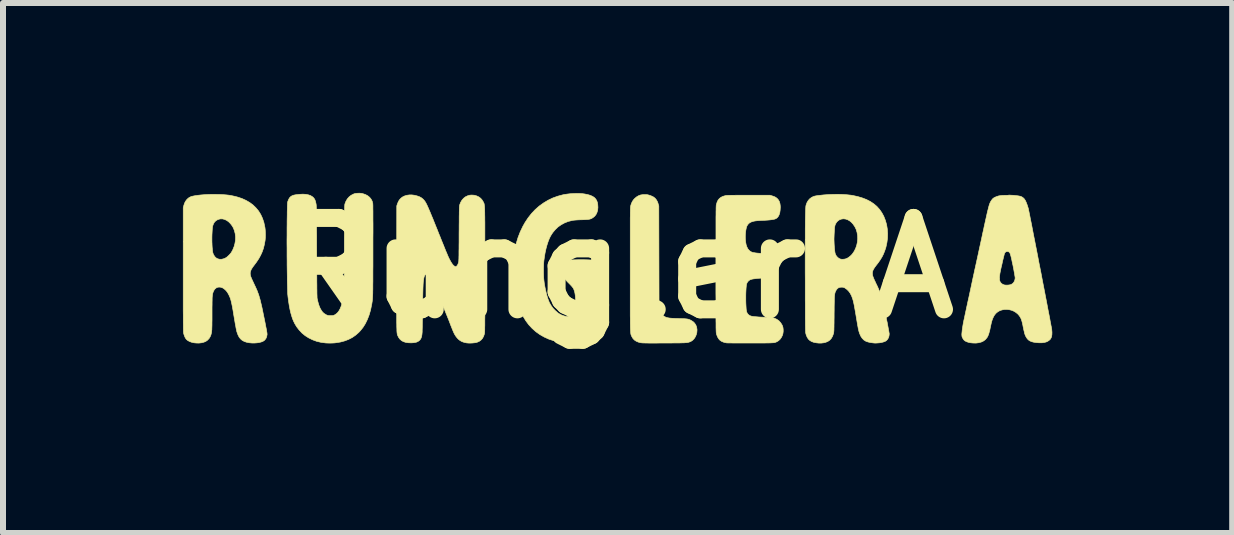
<source format=kicad_pcb>
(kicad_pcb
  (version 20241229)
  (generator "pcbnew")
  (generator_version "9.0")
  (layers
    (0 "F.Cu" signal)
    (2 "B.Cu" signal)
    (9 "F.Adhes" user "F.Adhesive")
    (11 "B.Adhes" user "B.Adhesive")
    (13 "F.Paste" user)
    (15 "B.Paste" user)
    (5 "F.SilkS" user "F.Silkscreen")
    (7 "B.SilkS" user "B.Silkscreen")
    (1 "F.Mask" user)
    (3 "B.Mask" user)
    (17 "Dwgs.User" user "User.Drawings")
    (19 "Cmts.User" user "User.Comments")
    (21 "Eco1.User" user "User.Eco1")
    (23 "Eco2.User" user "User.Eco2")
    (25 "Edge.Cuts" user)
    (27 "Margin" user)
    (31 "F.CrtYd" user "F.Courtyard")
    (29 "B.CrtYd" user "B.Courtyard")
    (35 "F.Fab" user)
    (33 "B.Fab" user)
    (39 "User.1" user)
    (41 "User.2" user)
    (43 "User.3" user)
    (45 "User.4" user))
  (footprint "Rungler A"
    (layer "F.Cu")
    (at 7.246 1.418)
    (property "Reference" "Rungler A" (at 0 0 0) (layer "F.SilkS") (effects (font (size 1.524 1.524) (thickness 0.3))))
    (attr through_hole)
    (fp_poly (pts (xy 0.478 -1.224) (xy 0.502 -1.221) (xy 0.525 -1.215) (xy 0.551 -1.206) (xy 0.564 -1.201) (xy 0.599 -1.184) (xy 0.627 -1.162) (xy 0.65 -1.133) (xy 0.668 -1.099) (xy 0.678 -1.068) (xy 0.688 -1.035) (xy 0.692 0.667) (xy 0.702 0.698) (xy 0.713 0.729) (xy 0.725 0.754) (xy 0.739 0.774) (xy 0.757 0.791) (xy 0.776 0.805) (xy 0.79 0.813) (xy 0.804 0.82) (xy 0.82 0.826) (xy 0.839 0.83) (xy 0.86 0.834) (xy 0.886 0.837) (xy 0.917 0.839) (xy 0.955 0.841) (xy 1 0.842) (xy 1.014 0.843) (xy 1.056 0.844) (xy 1.09 0.845) (xy 1.118 0.846) (xy 1.141 0.848) (xy 1.159 0.85) (xy 1.175 0.853) (xy 1.189 0.857) (xy 1.202 0.862) (xy 1.215 0.868) (xy 1.225 0.873) (xy 1.259 0.894) (xy 1.286 0.921) (xy 1.306 0.952) (xy 1.319 0.987) (xy 1.325 1.027) (xy 1.325 1.037) (xy 1.322 1.076) (xy 1.312 1.114) (xy 1.297 1.148) (xy 1.277 1.179) (xy 1.253 1.204) (xy 1.225 1.223) (xy 1.207 1.231) (xy 1.198 1.234) (xy 1.189 1.237) (xy 1.18 1.24) (xy 1.17 1.242) (xy 1.158 1.244) (xy 1.145 1.245) (xy 1.129 1.246) (xy 1.109 1.248) (xy 1.086 1.248) (xy 1.058 1.249) (xy 1.026 1.25) (xy 0.988 1.25) (xy 0.943 1.25) (xy 0.892 1.251) (xy 0.834 1.251) (xy 0.775 1.251) (xy 0.709 1.251) (xy 0.652 1.252) (xy 0.602 1.252) (xy 0.559 1.252) (xy 0.522 1.252) (xy 0.491 1.251) (xy 0.465 1.251) (xy 0.443 1.25) (xy 0.426 1.25) (xy 0.412 1.249) (xy 0.401 1.248) (xy 0.393 1.247) (xy 0.389 1.247) (xy 0.346 1.236) (xy 0.31 1.22) (xy 0.28 1.2) (xy 0.256 1.174) (xy 0.237 1.142) (xy 0.235 1.137) (xy 0.233 1.132) (xy 0.23 1.127) (xy 0.228 1.122) (xy 0.226 1.117) (xy 0.224 1.111) (xy 0.223 1.105) (xy 0.221 1.097) (xy 0.22 1.088) (xy 0.219 1.077) (xy 0.218 1.064) (xy 0.217 1.049) (xy 0.216 1.03) (xy 0.215 1.009) (xy 0.214 0.984) (xy 0.214 0.956) (xy 0.213 0.923) (xy 0.213 0.886) (xy 0.213 0.844) (xy 0.212 0.798) (xy 0.212 0.746) (xy 0.212 0.688) (xy 0.212 0.624) (xy 0.212 0.554) (xy 0.212 0.478) (xy 0.212 0.394) (xy 0.212 0.303) (xy 0.212 0.205) (xy 0.212 0.098) (xy 0.212 0.017) (xy 0.212 -0.093) (xy 0.212 -0.195) (xy 0.212 -0.288) (xy 0.212 -0.375) (xy 0.212 -0.454) (xy 0.212 -0.526) (xy 0.212 -0.592) (xy 0.212 -0.652) (xy 0.212 -0.706) (xy 0.212 -0.754) (xy 0.212 -0.797) (xy 0.212 -0.835) (xy 0.213 -0.869) (xy 0.213 -0.898) (xy 0.213 -0.924) (xy 0.214 -0.945) (xy 0.214 -0.964) (xy 0.214 -0.98) (xy 0.215 -0.993) (xy 0.215 -1.003) (xy 0.216 -1.012) (xy 0.217 -1.019) (xy 0.217 -1.025) (xy 0.218 -1.03) (xy 0.219 -1.034) (xy 0.22 -1.038) (xy 0.22 -1.04) (xy 0.232 -1.077) (xy 0.247 -1.109) (xy 0.266 -1.137) (xy 0.285 -1.158) (xy 0.317 -1.185) (xy 0.349 -1.204) (xy 0.383 -1.217) (xy 0.421 -1.223) (xy 0.451 -1.224) (xy 0.478 -1.224)) (stroke (width 0.01) (type solid)) (fill yes) (layer "F.SilkS"))
    (fp_poly (pts (xy -0.631 -1.242) (xy -0.585 -1.239) (xy -0.548 -1.234) (xy -0.497 -1.224) (xy -0.454 -1.211) (xy -0.418 -1.195) (xy -0.388 -1.176) (xy -0.365 -1.152) (xy -0.348 -1.125) (xy -0.336 -1.093) (xy -0.33 -1.058) (xy -0.327 -1.01) (xy -0.331 -0.966) (xy -0.342 -0.927) (xy -0.358 -0.893) (xy -0.38 -0.864) (xy -0.408 -0.841) (xy -0.422 -0.832) (xy -0.435 -0.824) (xy -0.449 -0.819) (xy -0.465 -0.814) (xy -0.483 -0.811) (xy -0.506 -0.808) (xy -0.533 -0.807) (xy -0.567 -0.805) (xy -0.601 -0.804) (xy -0.642 -0.803) (xy -0.675 -0.801) (xy -0.702 -0.799) (xy -0.724 -0.797) (xy -0.742 -0.795) (xy -0.758 -0.792) (xy -0.825 -0.775) (xy -0.887 -0.75) (xy -0.943 -0.719) (xy -0.995 -0.682) (xy -1.041 -0.637) (xy -1.083 -0.586) (xy -1.115 -0.536) (xy -1.137 -0.492) (xy -1.157 -0.441) (xy -1.176 -0.383) (xy -1.193 -0.32) (xy -1.208 -0.252) (xy -1.22 -0.179) (xy -1.228 -0.121) (xy -1.23 -0.098) (xy -1.232 -0.069) (xy -1.233 -0.035) (xy -1.234 0.003) (xy -1.234 0.042) (xy -1.234 0.081) (xy -1.233 0.119) (xy -1.232 0.153) (xy -1.23 0.181) (xy -1.228 0.201) (xy -1.221 0.257) (xy -1.211 0.314) (xy -1.2 0.369) (xy -1.187 0.423) (xy -1.174 0.472) (xy -1.16 0.517) (xy -1.145 0.556) (xy -1.134 0.582) (xy -1.107 0.628) (xy -1.075 0.672) (xy -1.038 0.711) (xy -0.999 0.745) (xy -0.98 0.759) (xy -0.945 0.779) (xy -0.909 0.794) (xy -0.874 0.804) (xy -0.84 0.809) (xy -0.811 0.807) (xy -0.802 0.805) (xy -0.777 0.794) (xy -0.755 0.776) (xy -0.737 0.752) (xy -0.733 0.744) (xy -0.721 0.714) (xy -0.712 0.677) (xy -0.705 0.636) (xy -0.701 0.591) (xy -0.699 0.545) (xy -0.701 0.499) (xy -0.705 0.454) (xy -0.711 0.417) (xy -0.717 0.391) (xy -0.724 0.37) (xy -0.731 0.351) (xy -0.741 0.333) (xy -0.754 0.316) (xy -0.771 0.296) (xy -0.793 0.273) (xy -0.808 0.258) (xy -0.836 0.23) (xy -0.857 0.206) (xy -0.874 0.185) (xy -0.887 0.165) (xy -0.897 0.146) (xy -0.904 0.125) (xy -0.908 0.11) (xy -0.912 0.081) (xy -0.914 0.049) (xy -0.913 0.017) (xy -0.91 -0.004) (xy -0.9 -0.039) (xy -0.884 -0.07) (xy -0.862 -0.096) (xy -0.837 -0.116) (xy -0.828 -0.121) (xy -0.819 -0.125) (xy -0.812 -0.127) (xy -0.802 -0.13) (xy -0.79 -0.131) (xy -0.775 -0.133) (xy -0.754 -0.134) (xy -0.726 -0.136) (xy -0.715 -0.136) (xy -0.683 -0.137) (xy -0.648 -0.138) (xy -0.61 -0.138) (xy -0.57 -0.138) (xy -0.531 -0.137) (xy -0.493 -0.136) (xy -0.457 -0.134) (xy -0.424 -0.132) (xy -0.396 -0.13) (xy -0.374 -0.128) (xy -0.359 -0.125) (xy -0.356 -0.125) (xy -0.328 -0.112) (xy -0.305 -0.093) (xy -0.286 -0.066) (xy -0.271 -0.033) (xy -0.266 -0.013) (xy -0.263 -0.002) (xy -0.261 0.01) (xy -0.26 0.025) (xy -0.258 0.043) (xy -0.257 0.066) (xy -0.256 0.095) (xy -0.255 0.131) (xy -0.254 0.155) (xy -0.253 0.195) (xy -0.252 0.242) (xy -0.252 0.294) (xy -0.251 0.35) (xy -0.251 0.41) (xy -0.251 0.472) (xy -0.25 0.534) (xy -0.251 0.596) (xy -0.251 0.657) (xy -0.251 0.716) (xy -0.251 0.771) (xy -0.252 0.821) (xy -0.253 0.865) (xy -0.254 0.902) (xy -0.254 0.912) (xy -0.255 0.953) (xy -0.257 0.987) (xy -0.259 1.015) (xy -0.262 1.038) (xy -0.266 1.057) (xy -0.271 1.074) (xy -0.277 1.09) (xy -0.284 1.106) (xy -0.284 1.106) (xy -0.301 1.131) (xy -0.323 1.154) (xy -0.35 1.175) (xy -0.374 1.189) (xy -0.402 1.201) (xy -0.437 1.212) (xy -0.478 1.222) (xy -0.524 1.23) (xy -0.573 1.238) (xy -0.625 1.244) (xy -0.677 1.249) (xy -0.729 1.251) (xy -0.779 1.252) (xy -0.826 1.251) (xy -0.838 1.25) (xy -0.923 1.242) (xy -1.005 1.227) (xy -1.082 1.207) (xy -1.146 1.186) (xy -1.223 1.151) (xy -1.295 1.11) (xy -1.362 1.062) (xy -1.423 1.008) (xy -1.479 0.948) (xy -1.529 0.881) (xy -1.573 0.809) (xy -1.607 0.74) (xy -1.632 0.679) (xy -1.656 0.61) (xy -1.677 0.536) (xy -1.696 0.458) (xy -1.713 0.377) (xy -1.726 0.295) (xy -1.737 0.214) (xy -1.738 0.199) (xy -1.741 0.162) (xy -1.743 0.119) (xy -1.743 0.072) (xy -1.744 0.022) (xy -1.743 -0.027) (xy -1.741 -0.076) (xy -1.739 -0.121) (xy -1.736 -0.162) (xy -1.732 -0.195) (xy -1.714 -0.305) (xy -1.689 -0.409) (xy -1.659 -0.508) (xy -1.622 -0.603) (xy -1.579 -0.693) (xy -1.542 -0.759) (xy -1.491 -0.836) (xy -1.435 -0.907) (xy -1.373 -0.973) (xy -1.306 -1.032) (xy -1.234 -1.084) (xy -1.159 -1.129) (xy -1.08 -1.167) (xy -0.997 -1.197) (xy -0.911 -1.22) (xy -0.887 -1.225) (xy -0.84 -1.232) (xy -0.789 -1.238) (xy -0.736 -1.241) (xy -0.683 -1.243) (xy -0.631 -1.242)) (stroke (width 0.01) (type solid)) (fill yes) (layer "F.SilkS"))
    (fp_poly (pts (xy -4.269 -1.244) (xy -4.246 -1.239) (xy -4.202 -1.224) (xy -4.165 -1.204) (xy -4.133 -1.178) (xy -4.109 -1.148) (xy -4.091 -1.114) (xy -4.081 -1.076) (xy -4.08 -1.069) (xy -4.08 -1.057) (xy -4.079 -1.039) (xy -4.079 -1.016) (xy -4.079 -0.986) (xy -4.078 -0.95) (xy -4.078 -0.907) (xy -4.078 -0.858) (xy -4.078 -0.802) (xy -4.077 -0.738) (xy -4.077 -0.668) (xy -4.077 -0.589) (xy -4.078 -0.503) (xy -4.078 -0.409) (xy -4.078 -0.306) (xy -4.078 -0.286) (xy -4.078 -0.19) (xy -4.078 -0.103) (xy -4.078 -0.024) (xy -4.079 0.049) (xy -4.079 0.114) (xy -4.079 0.173) (xy -4.079 0.226) (xy -4.08 0.274) (xy -4.08 0.316) (xy -4.08 0.354) (xy -4.081 0.387) (xy -4.081 0.416) (xy -4.082 0.442) (xy -4.083 0.464) (xy -4.084 0.484) (xy -4.085 0.501) (xy -4.086 0.517) (xy -4.087 0.531) (xy -4.089 0.544) (xy -4.09 0.556) (xy -4.092 0.568) (xy -4.094 0.58) (xy -4.096 0.593) (xy -4.098 0.606) (xy -4.1 0.614) (xy -4.118 0.702) (xy -4.142 0.784) (xy -4.171 0.859) (xy -4.205 0.929) (xy -4.244 0.991) (xy -4.289 1.047) (xy -4.315 1.075) (xy -4.367 1.12) (xy -4.423 1.159) (xy -4.485 1.191) (xy -4.551 1.216) (xy -4.622 1.235) (xy -4.699 1.247) (xy -4.714 1.249) (xy -4.745 1.251) (xy -4.779 1.252) (xy -4.814 1.252) (xy -4.847 1.251) (xy -4.866 1.25) (xy -4.942 1.24) (xy -5.015 1.223) (xy -5.083 1.198) (xy -5.147 1.167) (xy -5.206 1.13) (xy -5.26 1.086) (xy -5.308 1.035) (xy -5.351 0.979) (xy -5.382 0.927) (xy -5.401 0.888) (xy -5.419 0.845) (xy -5.434 0.798) (xy -5.449 0.746) (xy -5.462 0.689) (xy -5.474 0.625) (xy -5.485 0.554) (xy -5.495 0.475) (xy -5.497 0.453) (xy -5.499 0.437) (xy -5.5 0.414) (xy -5.501 0.383) (xy -5.502 0.346) (xy -5.503 0.302) (xy -5.505 0.253) (xy -5.506 0.199) (xy -5.506 0.141) (xy -5.507 0.079) (xy -5.508 0.014) (xy -5.509 -0.053) (xy -5.509 -0.122) (xy -5.51 -0.193) (xy -5.51 -0.264) (xy -5.51 -0.335) (xy -5.511 -0.406) (xy -5.511 -0.475) (xy -5.51 -0.543) (xy -5.51 -0.609) (xy -5.51 -0.671) (xy -5.509 -0.73) (xy -5.509 -0.777) (xy -5.508 -0.836) (xy -5.507 -0.887) (xy -5.507 -0.931) (xy -5.506 -0.969) (xy -5.505 -1) (xy -5.505 -1.026) (xy -5.504 -1.047) (xy -5.503 -1.064) (xy -5.503 -1.078) (xy -5.502 -1.088) (xy -5.501 -1.096) (xy -5.499 -1.103) (xy -5.498 -1.108) (xy -5.496 -1.113) (xy -5.496 -1.114) (xy -5.482 -1.147) (xy -5.467 -1.172) (xy -5.448 -1.191) (xy -5.425 -1.205) (xy -5.397 -1.215) (xy -5.365 -1.221) (xy -5.303 -1.228) (xy -5.247 -1.231) (xy -5.199 -1.228) (xy -5.156 -1.22) (xy -5.12 -1.208) (xy -5.09 -1.19) (xy -5.076 -1.179) (xy -5.059 -1.16) (xy -5.045 -1.136) (xy -5.035 -1.107) (xy -5.027 -1.071) (xy -5.026 -1.066) (xy -5.025 -1.059) (xy -5.024 -1.052) (xy -5.023 -1.043) (xy -5.023 -1.032) (xy -5.022 -1.018) (xy -5.022 -1.002) (xy -5.021 -0.983) (xy -5.021 -0.96) (xy -5.02 -0.934) (xy -5.02 -0.903) (xy -5.019 -0.867) (xy -5.019 -0.827) (xy -5.019 -0.781) (xy -5.018 -0.729) (xy -5.018 -0.671) (xy -5.018 -0.607) (xy -5.017 -0.536) (xy -5.017 -0.457) (xy -5.017 -0.371) (xy -5.016 -0.277) (xy -5.016 -0.173) (xy -5.015 -0.076) (xy -5.015 0.012) (xy -5.015 0.092) (xy -5.014 0.165) (xy -5.014 0.23) (xy -5.013 0.288) (xy -5.013 0.338) (xy -5.012 0.382) (xy -5.012 0.418) (xy -5.011 0.448) (xy -5.01 0.472) (xy -5.01 0.489) (xy -5.009 0.5) (xy -5.009 0.504) (xy -4.995 0.566) (xy -4.979 0.621) (xy -4.96 0.668) (xy -4.938 0.707) (xy -4.917 0.736) (xy -4.893 0.758) (xy -4.866 0.775) (xy -4.856 0.781) (xy -4.842 0.787) (xy -4.831 0.79) (xy -4.82 0.793) (xy -4.805 0.794) (xy -4.784 0.794) (xy -4.784 0.794) (xy -4.763 0.794) (xy -4.748 0.793) (xy -4.737 0.791) (xy -4.727 0.787) (xy -4.716 0.782) (xy -4.69 0.765) (xy -4.666 0.743) (xy -4.645 0.715) (xy -4.626 0.681) (xy -4.609 0.64) (xy -4.594 0.592) (xy -4.58 0.536) (xy -4.574 0.511) (xy -4.572 0.501) (xy -4.57 0.491) (xy -4.569 0.481) (xy -4.567 0.471) (xy -4.566 0.459) (xy -4.565 0.446) (xy -4.564 0.431) (xy -4.563 0.415) (xy -4.562 0.395) (xy -4.561 0.373) (xy -4.56 0.347) (xy -4.559 0.317) (xy -4.559 0.283) (xy -4.558 0.245) (xy -4.558 0.201) (xy -4.558 0.152) (xy -4.557 0.097) (xy -4.557 0.036) (xy -4.556 -0.032) (xy -4.556 -0.107) (xy -4.556 -0.189) (xy -4.555 -0.279) (xy -4.555 -0.322) (xy -4.555 -0.414) (xy -4.555 -0.498) (xy -4.554 -0.574) (xy -4.554 -0.643) (xy -4.554 -0.705) (xy -4.553 -0.76) (xy -4.553 -0.81) (xy -4.553 -0.853) (xy -4.552 -0.891) (xy -4.552 -0.924) (xy -4.552 -0.953) (xy -4.551 -0.977) (xy -4.551 -0.998) (xy -4.55 -1.015) (xy -4.55 -1.029) (xy -4.549 -1.04) (xy -4.548 -1.049) (xy -4.548 -1.056) (xy -4.547 -1.061) (xy -4.546 -1.065) (xy -4.545 -1.069) (xy -4.528 -1.113) (xy -4.505 -1.152) (xy -4.476 -1.185) (xy -4.442 -1.212) (xy -4.403 -1.232) (xy -4.391 -1.237) (xy -4.365 -1.243) (xy -4.334 -1.246) (xy -4.301 -1.247) (xy -4.269 -1.244)) (stroke (width 0.01) (type solid)) (fill yes) (layer "F.SilkS"))
    (fp_poly (pts (xy 2.575 -1.203) (xy 2.603 -1.194) (xy 2.626 -1.184) (xy 2.644 -1.173) (xy 2.662 -1.158) (xy 2.663 -1.158) (xy 2.683 -1.134) (xy 2.698 -1.107) (xy 2.708 -1.074) (xy 2.713 -1.037) (xy 2.714 -1.009) (xy 2.711 -0.963) (xy 2.705 -0.922) (xy 2.694 -0.887) (xy 2.679 -0.858) (xy 2.66 -0.836) (xy 2.642 -0.824) (xy 2.629 -0.818) (xy 2.613 -0.813) (xy 2.592 -0.809) (xy 2.567 -0.805) (xy 2.536 -0.801) (xy 2.499 -0.798) (xy 2.455 -0.795) (xy 2.404 -0.793) (xy 2.383 -0.792) (xy 2.334 -0.789) (xy 2.292 -0.784) (xy 2.258 -0.777) (xy 2.229 -0.767) (xy 2.205 -0.755) (xy 2.185 -0.739) (xy 2.17 -0.721) (xy 2.158 -0.701) (xy 2.15 -0.681) (xy 2.144 -0.655) (xy 2.138 -0.623) (xy 2.134 -0.589) (xy 2.131 -0.553) (xy 2.13 -0.517) (xy 2.131 -0.484) (xy 2.136 -0.432) (xy 2.144 -0.388) (xy 2.157 -0.35) (xy 2.173 -0.319) (xy 2.194 -0.294) (xy 2.211 -0.28) (xy 2.222 -0.273) (xy 2.233 -0.267) (xy 2.246 -0.262) (xy 2.261 -0.258) (xy 2.279 -0.255) (xy 2.302 -0.251) (xy 2.33 -0.248) (xy 2.364 -0.245) (xy 2.405 -0.242) (xy 2.424 -0.241) (xy 2.474 -0.237) (xy 2.517 -0.231) (xy 2.553 -0.223) (xy 2.583 -0.214) (xy 2.608 -0.202) (xy 2.628 -0.189) (xy 2.639 -0.178) (xy 2.659 -0.152) (xy 2.673 -0.124) (xy 2.681 -0.092) (xy 2.684 -0.055) (xy 2.684 -0.048) (xy 2.681 -0.006) (xy 2.671 0.034) (xy 2.656 0.069) (xy 2.636 0.1) (xy 2.611 0.125) (xy 2.582 0.144) (xy 2.578 0.146) (xy 2.57 0.149) (xy 2.563 0.152) (xy 2.554 0.154) (xy 2.544 0.156) (xy 2.53 0.158) (xy 2.512 0.16) (xy 2.49 0.162) (xy 2.461 0.164) (xy 2.425 0.167) (xy 2.414 0.168) (xy 2.369 0.171) (xy 2.33 0.174) (xy 2.299 0.178) (xy 2.273 0.181) (xy 2.253 0.184) (xy 2.236 0.188) (xy 2.222 0.192) (xy 2.211 0.196) (xy 2.206 0.199) (xy 2.185 0.214) (xy 2.167 0.234) (xy 2.155 0.258) (xy 2.153 0.263) (xy 2.149 0.281) (xy 2.146 0.306) (xy 2.143 0.338) (xy 2.141 0.373) (xy 2.139 0.413) (xy 2.138 0.455) (xy 2.138 0.498) (xy 2.138 0.541) (xy 2.139 0.583) (xy 2.141 0.622) (xy 2.143 0.658) (xy 2.145 0.689) (xy 2.149 0.713) (xy 2.152 0.73) (xy 2.163 0.755) (xy 2.18 0.776) (xy 2.2 0.791) (xy 2.202 0.792) (xy 2.21 0.796) (xy 2.219 0.799) (xy 2.229 0.803) (xy 2.241 0.805) (xy 2.256 0.808) (xy 2.273 0.81) (xy 2.295 0.812) (xy 2.322 0.814) (xy 2.353 0.817) (xy 2.391 0.819) (xy 2.435 0.821) (xy 2.487 0.824) (xy 2.517 0.825) (xy 2.547 0.827) (xy 2.571 0.829) (xy 2.59 0.831) (xy 2.604 0.834) (xy 2.616 0.837) (xy 2.618 0.838) (xy 2.656 0.856) (xy 2.691 0.881) (xy 2.719 0.912) (xy 2.742 0.948) (xy 2.753 0.972) (xy 2.759 0.998) (xy 2.762 1.028) (xy 2.762 1.06) (xy 2.758 1.09) (xy 2.752 1.116) (xy 2.751 1.118) (xy 2.733 1.156) (xy 2.711 1.187) (xy 2.685 1.212) (xy 2.659 1.228) (xy 2.651 1.232) (xy 2.644 1.235) (xy 2.637 1.238) (xy 2.63 1.24) (xy 2.622 1.243) (xy 2.612 1.245) (xy 2.601 1.246) (xy 2.586 1.247) (xy 2.568 1.248) (xy 2.547 1.249) (xy 2.521 1.25) (xy 2.49 1.25) (xy 2.453 1.251) (xy 2.411 1.251) (xy 2.362 1.251) (xy 2.306 1.251) (xy 2.242 1.251) (xy 2.22 1.251) (xy 2.164 1.251) (xy 2.11 1.251) (xy 2.058 1.251) (xy 2.009 1.251) (xy 1.965 1.251) (xy 1.925 1.251) (xy 1.89 1.25) (xy 1.862 1.25) (xy 1.84 1.25) (xy 1.825 1.249) (xy 1.818 1.249) (xy 1.776 1.24) (xy 1.74 1.226) (xy 1.71 1.207) (xy 1.686 1.181) (xy 1.667 1.149) (xy 1.652 1.11) (xy 1.648 1.094) (xy 1.647 1.09) (xy 1.647 1.086) (xy 1.646 1.081) (xy 1.645 1.075) (xy 1.645 1.068) (xy 1.644 1.059) (xy 1.644 1.047) (xy 1.643 1.034) (xy 1.643 1.018) (xy 1.642 0.999) (xy 1.642 0.976) (xy 1.642 0.95) (xy 1.642 0.92) (xy 1.641 0.886) (xy 1.641 0.847) (xy 1.641 0.803) (xy 1.641 0.754) (xy 1.641 0.7) (xy 1.641 0.639) (xy 1.641 0.573) (xy 1.641 0.5) (xy 1.64 0.42) (xy 1.64 0.332) (xy 1.64 0.238) (xy 1.64 0.135) (xy 1.64 0.025) (xy 1.64 0.017) (xy 1.64 -0.094) (xy 1.64 -0.198) (xy 1.64 -0.293) (xy 1.64 -0.381) (xy 1.641 -0.462) (xy 1.641 -0.536) (xy 1.641 -0.603) (xy 1.641 -0.664) (xy 1.641 -0.719) (xy 1.641 -0.769) (xy 1.641 -0.813) (xy 1.641 -0.852) (xy 1.642 -0.887) (xy 1.642 -0.917) (xy 1.642 -0.944) (xy 1.643 -0.966) (xy 1.643 -0.986) (xy 1.643 -1.002) (xy 1.644 -1.015) (xy 1.644 -1.026) (xy 1.645 -1.036) (xy 1.645 -1.043) (xy 1.646 -1.049) (xy 1.647 -1.053) (xy 1.648 -1.057) (xy 1.648 -1.058) (xy 1.66 -1.098) (xy 1.676 -1.131) (xy 1.697 -1.157) (xy 1.724 -1.178) (xy 1.756 -1.194) (xy 1.793 -1.205) (xy 1.799 -1.206) (xy 1.806 -1.208) (xy 1.814 -1.209) (xy 1.823 -1.21) (xy 1.835 -1.21) (xy 1.849 -1.211) (xy 1.867 -1.211) (xy 1.889 -1.212) (xy 1.915 -1.212) (xy 1.946 -1.212) (xy 1.983 -1.213) (xy 2.026 -1.213) (xy 2.076 -1.213) (xy 2.133 -1.213) (xy 2.184 -1.213) (xy 2.542 -1.213) (xy 2.575 -1.203)) (stroke (width 0.01) (type solid)) (fill yes) (layer "F.SilkS"))
    (fp_poly (pts (xy 6.551 -1.214) (xy 6.571 -1.213) (xy 6.594 -1.212) (xy 6.618 -1.21) (xy 6.642 -1.207) (xy 6.663 -1.205) (xy 6.682 -1.202) (xy 6.684 -1.202) (xy 6.714 -1.196) (xy 6.74 -1.186) (xy 6.761 -1.172) (xy 6.78 -1.154) (xy 6.797 -1.129) (xy 6.812 -1.098) (xy 6.827 -1.059) (xy 6.828 -1.057) (xy 6.835 -1.035) (xy 6.843 -1.011) (xy 6.849 -0.989) (xy 6.85 -0.986) (xy 6.852 -0.977) (xy 6.855 -0.96) (xy 6.86 -0.937) (xy 6.866 -0.906) (xy 6.874 -0.868) (xy 6.882 -0.825) (xy 6.892 -0.776) (xy 6.903 -0.722) (xy 6.914 -0.664) (xy 6.926 -0.601) (xy 6.939 -0.534) (xy 6.953 -0.465) (xy 6.967 -0.392) (xy 6.982 -0.317) (xy 6.997 -0.24) (xy 7.012 -0.162) (xy 7.027 -0.082) (xy 7.043 -0.002) (xy 7.059 0.078) (xy 7.074 0.158) (xy 7.089 0.237) (xy 7.104 0.314) (xy 7.119 0.39) (xy 7.133 0.464) (xy 7.147 0.536) (xy 7.16 0.604) (xy 7.172 0.669) (xy 7.184 0.73) (xy 7.195 0.786) (xy 7.205 0.838) (xy 7.213 0.884) (xy 7.221 0.924) (xy 7.227 0.959) (xy 7.233 0.986) (xy 7.236 1.007) (xy 7.239 1.02) (xy 7.239 1.024) (xy 7.243 1.071) (xy 7.242 1.11) (xy 7.237 1.142) (xy 7.229 1.165) (xy 7.212 1.192) (xy 7.187 1.213) (xy 7.157 1.23) (xy 7.12 1.241) (xy 7.077 1.247) (xy 7.029 1.247) (xy 7.025 1.247) (xy 6.977 1.243) (xy 6.937 1.237) (xy 6.903 1.228) (xy 6.875 1.216) (xy 6.851 1.2) (xy 6.831 1.179) (xy 6.814 1.154) (xy 6.805 1.137) (xy 6.8 1.126) (xy 6.796 1.117) (xy 6.792 1.106) (xy 6.788 1.094) (xy 6.784 1.078) (xy 6.78 1.059) (xy 6.774 1.036) (xy 6.768 1.006) (xy 6.76 0.969) (xy 6.759 0.961) (xy 6.752 0.928) (xy 6.746 0.903) (xy 6.74 0.882) (xy 6.735 0.866) (xy 6.73 0.851) (xy 6.723 0.837) (xy 6.722 0.834) (xy 6.7 0.798) (xy 6.673 0.767) (xy 6.641 0.741) (xy 6.606 0.72) (xy 6.569 0.705) (xy 6.529 0.695) (xy 6.489 0.691) (xy 6.449 0.692) (xy 6.411 0.699) (xy 6.374 0.711) (xy 6.34 0.73) (xy 6.31 0.755) (xy 6.285 0.785) (xy 6.284 0.787) (xy 6.273 0.806) (xy 6.263 0.825) (xy 6.254 0.845) (xy 6.246 0.867) (xy 6.238 0.893) (xy 6.23 0.924) (xy 6.222 0.961) (xy 6.216 0.988) (xy 6.207 1.033) (xy 6.197 1.07) (xy 6.188 1.101) (xy 6.178 1.127) (xy 6.168 1.149) (xy 6.155 1.167) (xy 6.141 1.184) (xy 6.13 1.196) (xy 6.1 1.218) (xy 6.064 1.235) (xy 6.022 1.246) (xy 5.977 1.252) (xy 5.927 1.251) (xy 5.886 1.247) (xy 5.848 1.239) (xy 5.817 1.228) (xy 5.792 1.215) (xy 5.772 1.197) (xy 5.757 1.174) (xy 5.754 1.168) (xy 5.746 1.152) (xy 5.742 1.137) (xy 5.741 1.121) (xy 5.74 1.111) (xy 5.741 1.09) (xy 5.744 1.063) (xy 5.747 1.032) (xy 5.752 0.997) (xy 5.758 0.96) (xy 5.764 0.924) (xy 5.768 0.902) (xy 5.771 0.891) (xy 5.774 0.873) (xy 5.78 0.848) (xy 5.787 0.815) (xy 5.795 0.776) (xy 5.805 0.73) (xy 5.816 0.679) (xy 5.828 0.623) (xy 5.841 0.562) (xy 5.856 0.496) (xy 5.871 0.426) (xy 5.887 0.352) (xy 5.903 0.276) (xy 5.92 0.196) (xy 5.925 0.173) (xy 6.367 0.173) (xy 6.37 0.203) (xy 6.377 0.226) (xy 6.38 0.232) (xy 6.396 0.253) (xy 6.418 0.27) (xy 6.444 0.281) (xy 6.446 0.282) (xy 6.467 0.285) (xy 6.493 0.286) (xy 6.52 0.284) (xy 6.545 0.28) (xy 6.562 0.275) (xy 6.587 0.26) (xy 6.606 0.239) (xy 6.62 0.213) (xy 6.628 0.183) (xy 6.629 0.166) (xy 6.629 0.157) (xy 6.626 0.14) (xy 6.622 0.117) (xy 6.618 0.09) (xy 6.612 0.059) (xy 6.606 0.025) (xy 6.599 -0.011) (xy 6.592 -0.047) (xy 6.584 -0.082) (xy 6.577 -0.115) (xy 6.571 -0.146) (xy 6.565 -0.172) (xy 6.563 -0.179) (xy 6.556 -0.207) (xy 6.55 -0.227) (xy 6.545 -0.242) (xy 6.539 -0.253) (xy 6.532 -0.262) (xy 6.529 -0.265) (xy 6.514 -0.273) (xy 6.497 -0.275) (xy 6.48 -0.272) (xy 6.465 -0.262) (xy 6.455 -0.249) (xy 6.452 -0.241) (xy 6.447 -0.226) (xy 6.442 -0.204) (xy 6.435 -0.178) (xy 6.428 -0.148) (xy 6.42 -0.116) (xy 6.413 -0.082) (xy 6.405 -0.047) (xy 6.397 -0.014) (xy 6.39 0.018) (xy 6.384 0.047) (xy 6.379 0.072) (xy 6.375 0.092) (xy 6.375 0.093) (xy 6.369 0.137) (xy 6.367 0.173) (xy 5.925 0.173) (xy 5.938 0.114) (xy 5.956 0.03) (xy 5.975 -0.055) (xy 5.994 -0.142) (xy 6.013 -0.229) (xy 6.032 -0.317) (xy 6.051 -0.404) (xy 6.07 -0.491) (xy 6.088 -0.577) (xy 6.107 -0.661) (xy 6.109 -0.673) (xy 6.124 -0.741) (xy 6.137 -0.8) (xy 6.149 -0.853) (xy 6.159 -0.899) (xy 6.168 -0.939) (xy 6.177 -0.973) (xy 6.184 -1.002) (xy 6.191 -1.028) (xy 6.197 -1.049) (xy 6.203 -1.067) (xy 6.209 -1.082) (xy 6.215 -1.095) (xy 6.221 -1.107) (xy 6.228 -1.117) (xy 6.234 -1.128) (xy 6.242 -1.138) (xy 6.242 -1.138) (xy 6.253 -1.152) (xy 6.264 -1.162) (xy 6.277 -1.171) (xy 6.294 -1.18) (xy 6.296 -1.181) (xy 6.324 -1.192) (xy 6.351 -1.201) (xy 6.38 -1.206) (xy 6.414 -1.21) (xy 6.454 -1.211) (xy 6.458 -1.211) (xy 6.48 -1.211) (xy 6.498 -1.212) (xy 6.511 -1.212) (xy 6.519 -1.214) (xy 6.519 -1.214) (xy 6.523 -1.215) (xy 6.534 -1.215) (xy 6.551 -1.214)) (stroke (width 0.01) (type solid)) (fill yes) (layer "F.SilkS"))
    (fp_poly (pts (xy -6.706 -1.227) (xy -6.68 -1.226) (xy -6.619 -1.225) (xy -6.566 -1.222) (xy -6.517 -1.218) (xy -6.473 -1.213) (xy -6.43 -1.205) (xy -6.388 -1.196) (xy -6.345 -1.185) (xy -6.337 -1.183) (xy -6.262 -1.158) (xy -6.194 -1.127) (xy -6.132 -1.091) (xy -6.077 -1.05) (xy -6.028 -1.002) (xy -5.985 -0.95) (xy -5.949 -0.892) (xy -5.92 -0.829) (xy -5.897 -0.761) (xy -5.881 -0.687) (xy -5.878 -0.671) (xy -5.874 -0.635) (xy -5.872 -0.593) (xy -5.871 -0.55) (xy -5.872 -0.507) (xy -5.875 -0.468) (xy -5.878 -0.447) (xy -5.89 -0.384) (xy -5.905 -0.324) (xy -5.925 -0.268) (xy -5.95 -0.213) (xy -5.98 -0.158) (xy -6.017 -0.102) (xy -6.06 -0.044) (xy -6.065 -0.038) (xy -6.089 -0.005) (xy -6.107 0.025) (xy -6.118 0.052) (xy -6.124 0.078) (xy -6.124 0.104) (xy -6.119 0.132) (xy -6.117 0.136) (xy -6.113 0.149) (xy -6.105 0.168) (xy -6.095 0.191) (xy -6.083 0.217) (xy -6.07 0.245) (xy -6.062 0.262) (xy -6.046 0.296) (xy -6.032 0.326) (xy -6.019 0.355) (xy -6.007 0.383) (xy -5.997 0.411) (xy -5.986 0.439) (xy -5.977 0.468) (xy -5.968 0.5) (xy -5.958 0.534) (xy -5.949 0.572) (xy -5.939 0.614) (xy -5.928 0.661) (xy -5.917 0.714) (xy -5.905 0.774) (xy -5.891 0.841) (xy -5.886 0.866) (xy -5.876 0.915) (xy -5.868 0.958) (xy -5.861 0.993) (xy -5.855 1.022) (xy -5.851 1.046) (xy -5.848 1.065) (xy -5.845 1.081) (xy -5.844 1.093) (xy -5.843 1.102) (xy -5.843 1.11) (xy -5.844 1.114) (xy -5.85 1.147) (xy -5.863 1.177) (xy -5.883 1.202) (xy -5.887 1.206) (xy -5.909 1.221) (xy -5.938 1.233) (xy -5.972 1.242) (xy -6.011 1.248) (xy -6.052 1.251) (xy -6.094 1.251) (xy -6.137 1.247) (xy -6.179 1.239) (xy -6.185 1.238) (xy -6.223 1.225) (xy -6.257 1.207) (xy -6.285 1.183) (xy -6.309 1.153) (xy -6.328 1.116) (xy -6.344 1.072) (xy -6.348 1.06) (xy -6.351 1.046) (xy -6.355 1.026) (xy -6.361 1) (xy -6.366 0.969) (xy -6.373 0.935) (xy -6.379 0.899) (xy -6.384 0.869) (xy -6.394 0.81) (xy -6.403 0.757) (xy -6.41 0.712) (xy -6.417 0.673) (xy -6.423 0.64) (xy -6.429 0.611) (xy -6.434 0.587) (xy -6.439 0.566) (xy -6.443 0.548) (xy -6.448 0.532) (xy -6.452 0.517) (xy -6.457 0.503) (xy -6.458 0.499) (xy -6.478 0.453) (xy -6.5 0.413) (xy -6.525 0.379) (xy -6.553 0.353) (xy -6.582 0.333) (xy -6.614 0.321) (xy -6.644 0.318) (xy -6.669 0.322) (xy -6.692 0.333) (xy -6.713 0.351) (xy -6.73 0.375) (xy -6.743 0.404) (xy -6.743 0.404) (xy -6.747 0.416) (xy -6.75 0.427) (xy -6.752 0.439) (xy -6.754 0.453) (xy -6.756 0.469) (xy -6.758 0.488) (xy -6.759 0.511) (xy -6.759 0.538) (xy -6.76 0.571) (xy -6.76 0.609) (xy -6.761 0.654) (xy -6.761 0.706) (xy -6.761 0.737) (xy -6.761 0.784) (xy -6.761 0.83) (xy -6.761 0.873) (xy -6.762 0.914) (xy -6.762 0.95) (xy -6.763 0.982) (xy -6.764 1.007) (xy -6.764 1.026) (xy -6.765 1.034) (xy -6.77 1.078) (xy -6.779 1.115) (xy -6.792 1.146) (xy -6.809 1.174) (xy -6.832 1.199) (xy -6.837 1.204) (xy -6.864 1.223) (xy -6.897 1.237) (xy -6.936 1.247) (xy -6.979 1.252) (xy -7.024 1.251) (xy -7.063 1.247) (xy -7.102 1.238) (xy -7.137 1.225) (xy -7.166 1.209) (xy -7.189 1.19) (xy -7.194 1.183) (xy -7.208 1.162) (xy -7.22 1.135) (xy -7.23 1.106) (xy -7.235 1.086) (xy -7.236 1.082) (xy -7.236 1.075) (xy -7.237 1.066) (xy -7.238 1.054) (xy -7.238 1.04) (xy -7.238 1.021) (xy -7.239 1) (xy -7.239 0.974) (xy -7.239 0.944) (xy -7.24 0.91) (xy -7.24 0.87) (xy -7.24 0.826) (xy -7.24 0.776) (xy -7.241 0.72) (xy -7.241 0.658) (xy -7.241 0.59) (xy -7.241 0.515) (xy -7.241 0.433) (xy -7.241 0.344) (xy -7.241 0.248) (xy -7.241 0.143) (xy -7.241 0.031) (xy -7.241 -0.474) (xy -6.763 -0.474) (xy -6.763 -0.436) (xy -6.761 -0.401) (xy -6.761 -0.391) (xy -6.759 -0.352) (xy -6.756 -0.32) (xy -6.754 -0.294) (xy -6.751 -0.273) (xy -6.748 -0.256) (xy -6.743 -0.241) (xy -6.739 -0.228) (xy -6.735 -0.222) (xy -6.717 -0.192) (xy -6.694 -0.169) (xy -6.668 -0.154) (xy -6.638 -0.146) (xy -6.606 -0.145) (xy -6.572 -0.152) (xy -6.546 -0.162) (xy -6.529 -0.171) (xy -6.514 -0.181) (xy -6.499 -0.194) (xy -6.481 -0.211) (xy -6.477 -0.215) (xy -6.46 -0.233) (xy -6.447 -0.248) (xy -6.437 -0.263) (xy -6.427 -0.281) (xy -6.416 -0.301) (xy -6.394 -0.354) (xy -6.379 -0.409) (xy -6.37 -0.464) (xy -6.369 -0.519) (xy -6.375 -0.573) (xy -6.388 -0.624) (xy -6.407 -0.672) (xy -6.427 -0.705) (xy -6.454 -0.74) (xy -6.484 -0.77) (xy -6.516 -0.793) (xy -6.55 -0.809) (xy -6.583 -0.818) (xy -6.617 -0.819) (xy -6.631 -0.817) (xy -6.666 -0.806) (xy -6.695 -0.789) (xy -6.719 -0.766) (xy -6.737 -0.736) (xy -6.75 -0.7) (xy -6.75 -0.7) (xy -6.753 -0.682) (xy -6.756 -0.657) (xy -6.758 -0.626) (xy -6.76 -0.591) (xy -6.762 -0.553) (xy -6.763 -0.514) (xy -6.763 -0.474) (xy -7.241 -0.474) (xy -7.241 -1.005) (xy -7.232 -1.04) (xy -7.22 -1.078) (xy -7.205 -1.109) (xy -7.186 -1.135) (xy -7.177 -1.145) (xy -7.16 -1.161) (xy -7.143 -1.174) (xy -7.124 -1.184) (xy -7.102 -1.193) (xy -7.076 -1.199) (xy -7.044 -1.205) (xy -7.006 -1.21) (xy -7.004 -1.211) (xy -6.951 -1.217) (xy -6.902 -1.221) (xy -6.856 -1.224) (xy -6.809 -1.226) (xy -6.76 -1.227) (xy -6.706 -1.227)) (stroke (width 0.01) (type solid)) (fill yes) (layer "F.SilkS"))
    (fp_poly (pts (xy 3.753 -1.226) (xy 3.825 -1.221) (xy 3.89 -1.214) (xy 3.921 -1.209) (xy 4.004 -1.191) (xy 4.081 -1.168) (xy 4.151 -1.141) (xy 4.215 -1.108) (xy 4.272 -1.07) (xy 4.323 -1.027) (xy 4.367 -0.978) (xy 4.405 -0.924) (xy 4.438 -0.864) (xy 4.464 -0.798) (xy 4.466 -0.792) (xy 4.486 -0.722) (xy 4.498 -0.648) (xy 4.503 -0.573) (xy 4.501 -0.497) (xy 4.491 -0.421) (xy 4.475 -0.348) (xy 4.471 -0.334) (xy 4.453 -0.281) (xy 4.433 -0.231) (xy 4.409 -0.183) (xy 4.38 -0.136) (xy 4.346 -0.087) (xy 4.315 -0.047) (xy 4.29 -0.014) (xy 4.272 0.014) (xy 4.259 0.039) (xy 4.252 0.062) (xy 4.249 0.084) (xy 4.249 0.086) (xy 4.25 0.101) (xy 4.252 0.116) (xy 4.255 0.132) (xy 4.261 0.15) (xy 4.27 0.172) (xy 4.281 0.198) (xy 4.296 0.229) (xy 4.307 0.254) (xy 4.332 0.305) (xy 4.352 0.35) (xy 4.369 0.393) (xy 4.385 0.434) (xy 4.398 0.475) (xy 4.411 0.519) (xy 4.423 0.567) (xy 4.433 0.606) (xy 4.439 0.635) (xy 4.447 0.669) (xy 4.455 0.706) (xy 4.463 0.746) (xy 4.471 0.787) (xy 4.48 0.83) (xy 4.488 0.872) (xy 4.497 0.913) (xy 4.504 0.953) (xy 4.511 0.99) (xy 4.517 1.023) (xy 4.522 1.051) (xy 4.526 1.074) (xy 4.529 1.091) (xy 4.53 1.1) (xy 4.53 1.1) (xy 4.526 1.134) (xy 4.516 1.165) (xy 4.5 1.192) (xy 4.479 1.213) (xy 4.478 1.213) (xy 4.46 1.224) (xy 4.435 1.233) (xy 4.405 1.241) (xy 4.372 1.247) (xy 4.338 1.25) (xy 4.304 1.252) (xy 4.278 1.251) (xy 4.245 1.247) (xy 4.212 1.242) (xy 4.181 1.235) (xy 4.155 1.227) (xy 4.136 1.219) (xy 4.105 1.199) (xy 4.078 1.171) (xy 4.055 1.136) (xy 4.036 1.093) (xy 4.029 1.071) (xy 4.025 1.059) (xy 4.022 1.047) (xy 4.019 1.034) (xy 4.016 1.02) (xy 4.012 1.004) (xy 4.009 0.984) (xy 4.004 0.96) (xy 3.999 0.93) (xy 3.993 0.895) (xy 3.986 0.853) (xy 3.981 0.823) (xy 3.971 0.763) (xy 3.962 0.711) (xy 3.954 0.666) (xy 3.947 0.627) (xy 3.94 0.593) (xy 3.933 0.563) (xy 3.927 0.538) (xy 3.92 0.515) (xy 3.913 0.495) (xy 3.906 0.476) (xy 3.899 0.459) (xy 3.878 0.42) (xy 3.853 0.386) (xy 3.824 0.357) (xy 3.793 0.335) (xy 3.787 0.331) (xy 3.773 0.325) (xy 3.758 0.321) (xy 3.741 0.32) (xy 3.734 0.32) (xy 3.706 0.322) (xy 3.683 0.331) (xy 3.664 0.345) (xy 3.647 0.367) (xy 3.638 0.384) (xy 3.634 0.393) (xy 3.63 0.401) (xy 3.627 0.41) (xy 3.624 0.42) (xy 3.622 0.431) (xy 3.62 0.444) (xy 3.618 0.46) (xy 3.616 0.48) (xy 3.615 0.503) (xy 3.614 0.531) (xy 3.614 0.565) (xy 3.613 0.604) (xy 3.612 0.65) (xy 3.612 0.703) (xy 3.611 0.764) (xy 3.611 0.764) (xy 3.611 0.822) (xy 3.61 0.872) (xy 3.61 0.915) (xy 3.609 0.951) (xy 3.609 0.981) (xy 3.608 1.007) (xy 3.608 1.027) (xy 3.607 1.044) (xy 3.606 1.057) (xy 3.605 1.068) (xy 3.604 1.077) (xy 3.603 1.084) (xy 3.601 1.091) (xy 3.599 1.097) (xy 3.599 1.098) (xy 3.584 1.139) (xy 3.564 1.174) (xy 3.539 1.202) (xy 3.507 1.224) (xy 3.471 1.239) (xy 3.439 1.247) (xy 3.398 1.252) (xy 3.354 1.252) (xy 3.317 1.248) (xy 3.274 1.24) (xy 3.237 1.227) (xy 3.207 1.209) (xy 3.182 1.186) (xy 3.163 1.157) (xy 3.147 1.121) (xy 3.138 1.088) (xy 3.137 1.084) (xy 3.136 1.079) (xy 3.136 1.072) (xy 3.135 1.063) (xy 3.135 1.052) (xy 3.134 1.039) (xy 3.134 1.022) (xy 3.133 1.002) (xy 3.133 0.978) (xy 3.132 0.95) (xy 3.132 0.918) (xy 3.132 0.881) (xy 3.131 0.839) (xy 3.131 0.791) (xy 3.131 0.738) (xy 3.131 0.679) (xy 3.131 0.613) (xy 3.13 0.54) (xy 3.13 0.46) (xy 3.13 0.372) (xy 3.13 0.277) (xy 3.13 0.205) (xy 3.129 0.079) (xy 3.129 -0.039) (xy 3.129 -0.149) (xy 3.129 -0.252) (xy 3.129 -0.347) (xy 3.129 -0.434) (xy 3.13 -0.493) (xy 3.609 -0.493) (xy 3.609 -0.468) (xy 3.61 -0.441) (xy 3.611 -0.411) (xy 3.613 -0.375) (xy 3.613 -0.375) (xy 3.616 -0.336) (xy 3.619 -0.304) (xy 3.622 -0.279) (xy 3.625 -0.258) (xy 3.629 -0.241) (xy 3.634 -0.227) (xy 3.641 -0.214) (xy 3.647 -0.203) (xy 3.662 -0.185) (xy 3.68 -0.168) (xy 3.701 -0.155) (xy 3.71 -0.151) (xy 3.729 -0.146) (xy 3.753 -0.145) (xy 3.779 -0.147) (xy 3.803 -0.152) (xy 3.814 -0.156) (xy 3.839 -0.168) (xy 3.865 -0.186) (xy 3.89 -0.207) (xy 3.912 -0.23) (xy 3.915 -0.234) (xy 3.946 -0.279) (xy 3.97 -0.328) (xy 3.988 -0.38) (xy 3.999 -0.433) (xy 4.004 -0.487) (xy 4.002 -0.541) (xy 3.993 -0.594) (xy 3.978 -0.644) (xy 3.955 -0.691) (xy 3.953 -0.693) (xy 3.927 -0.731) (xy 3.899 -0.762) (xy 3.868 -0.787) (xy 3.835 -0.805) (xy 3.802 -0.816) (xy 3.768 -0.82) (xy 3.735 -0.816) (xy 3.703 -0.805) (xy 3.681 -0.791) (xy 3.657 -0.769) (xy 3.638 -0.74) (xy 3.628 -0.718) (xy 3.625 -0.708) (xy 3.623 -0.698) (xy 3.62 -0.685) (xy 3.618 -0.669) (xy 3.617 -0.648) (xy 3.615 -0.621) (xy 3.613 -0.587) (xy 3.613 -0.586) (xy 3.611 -0.55) (xy 3.61 -0.52) (xy 3.609 -0.493) (xy 3.13 -0.493) (xy 3.13 -0.515) (xy 3.13 -0.589) (xy 3.13 -0.656) (xy 3.131 -0.717) (xy 3.131 -0.773) (xy 3.132 -0.822) (xy 3.133 -0.866) (xy 3.134 -0.904) (xy 3.135 -0.938) (xy 3.136 -0.967) (xy 3.137 -0.991) (xy 3.138 -1.011) (xy 3.139 -1.026) (xy 3.141 -1.038) (xy 3.143 -1.047) (xy 3.143 -1.048) (xy 3.158 -1.089) (xy 3.179 -1.125) (xy 3.205 -1.154) (xy 3.236 -1.177) (xy 3.242 -1.18) (xy 3.258 -1.188) (xy 3.273 -1.194) (xy 3.29 -1.199) (xy 3.31 -1.203) (xy 3.336 -1.207) (xy 3.352 -1.209) (xy 3.434 -1.218) (xy 3.516 -1.224) (xy 3.597 -1.227) (xy 3.677 -1.228) (xy 3.753 -1.226)) (stroke (width 0.01) (type solid)) (fill yes) (layer "F.SilkS"))
    (fp_poly (pts (xy -3.427 -1.218) (xy -3.388 -1.213) (xy -3.343 -1.202) (xy -3.305 -1.189) (xy -3.273 -1.172) (xy -3.246 -1.151) (xy -3.227 -1.131) (xy -3.22 -1.123) (xy -3.214 -1.114) (xy -3.207 -1.105) (xy -3.201 -1.094) (xy -3.193 -1.081) (xy -3.186 -1.067) (xy -3.177 -1.049) (xy -3.168 -1.029) (xy -3.157 -1.005) (xy -3.145 -0.977) (xy -3.131 -0.945) (xy -3.116 -0.909) (xy -3.099 -0.867) (xy -3.079 -0.82) (xy -3.058 -0.767) (xy -3.034 -0.707) (xy -3.007 -0.641) (xy -2.978 -0.567) (xy -2.958 -0.519) (xy -2.938 -0.468) (xy -2.918 -0.419) (xy -2.899 -0.372) (xy -2.881 -0.328) (xy -2.865 -0.287) (xy -2.849 -0.251) (xy -2.836 -0.219) (xy -2.825 -0.193) (xy -2.816 -0.174) (xy -2.81 -0.161) (xy -2.809 -0.159) (xy -2.79 -0.123) (xy -2.774 -0.095) (xy -2.759 -0.072) (xy -2.746 -0.055) (xy -2.735 -0.043) (xy -2.725 -0.035) (xy -2.713 -0.027) (xy -2.703 -0.022) (xy -2.699 -0.021) (xy -2.692 -0.024) (xy -2.682 -0.032) (xy -2.673 -0.043) (xy -2.665 -0.055) (xy -2.664 -0.056) (xy -2.66 -0.066) (xy -2.655 -0.081) (xy -2.651 -0.092) (xy -2.65 -0.096) (xy -2.649 -0.102) (xy -2.648 -0.109) (xy -2.647 -0.118) (xy -2.647 -0.13) (xy -2.646 -0.144) (xy -2.645 -0.163) (xy -2.645 -0.185) (xy -2.644 -0.212) (xy -2.644 -0.243) (xy -2.644 -0.28) (xy -2.643 -0.323) (xy -2.643 -0.373) (xy -2.642 -0.43) (xy -2.642 -0.494) (xy -2.642 -0.565) (xy -2.642 -0.572) (xy -2.641 -0.644) (xy -2.641 -0.709) (xy -2.64 -0.766) (xy -2.64 -0.816) (xy -2.64 -0.859) (xy -2.639 -0.897) (xy -2.639 -0.929) (xy -2.638 -0.956) (xy -2.638 -0.978) (xy -2.637 -0.997) (xy -2.637 -1.012) (xy -2.636 -1.024) (xy -2.635 -1.033) (xy -2.634 -1.041) (xy -2.633 -1.046) (xy -2.632 -1.051) (xy -2.632 -1.052) (xy -2.616 -1.094) (xy -2.594 -1.131) (xy -2.567 -1.162) (xy -2.536 -1.186) (xy -2.501 -1.203) (xy -2.462 -1.214) (xy -2.43 -1.216) (xy -2.388 -1.213) (xy -2.349 -1.202) (xy -2.313 -1.185) (xy -2.282 -1.162) (xy -2.257 -1.133) (xy -2.242 -1.108) (xy -2.238 -1.102) (xy -2.236 -1.096) (xy -2.233 -1.091) (xy -2.23 -1.086) (xy -2.228 -1.081) (xy -2.226 -1.076) (xy -2.224 -1.069) (xy -2.223 -1.061) (xy -2.221 -1.052) (xy -2.22 -1.041) (xy -2.218 -1.028) (xy -2.217 -1.012) (xy -2.216 -0.994) (xy -2.215 -0.972) (xy -2.215 -0.947) (xy -2.214 -0.918) (xy -2.214 -0.886) (xy -2.213 -0.849) (xy -2.213 -0.807) (xy -2.212 -0.76) (xy -2.212 -0.708) (xy -2.212 -0.65) (xy -2.212 -0.586) (xy -2.212 -0.516) (xy -2.212 -0.439) (xy -2.212 -0.355) (xy -2.212 -0.264) (xy -2.212 -0.166) (xy -2.212 -0.059) (xy -2.212 0.03) (xy -2.212 0.141) (xy -2.212 0.244) (xy -2.212 0.339) (xy -2.212 0.426) (xy -2.212 0.507) (xy -2.212 0.58) (xy -2.212 0.647) (xy -2.212 0.708) (xy -2.212 0.763) (xy -2.212 0.812) (xy -2.213 0.856) (xy -2.213 0.895) (xy -2.213 0.929) (xy -2.213 0.959) (xy -2.214 0.985) (xy -2.214 1.008) (xy -2.214 1.027) (xy -2.215 1.043) (xy -2.215 1.056) (xy -2.216 1.067) (xy -2.216 1.076) (xy -2.217 1.083) (xy -2.218 1.088) (xy -2.218 1.093) (xy -2.219 1.096) (xy -2.219 1.098) (xy -2.233 1.138) (xy -2.25 1.171) (xy -2.273 1.198) (xy -2.301 1.22) (xy -2.335 1.236) (xy -2.348 1.24) (xy -2.367 1.245) (xy -2.393 1.248) (xy -2.422 1.251) (xy -2.452 1.252) (xy -2.481 1.252) (xy -2.507 1.25) (xy -2.517 1.249) (xy -2.558 1.24) (xy -2.593 1.228) (xy -2.624 1.211) (xy -2.652 1.189) (xy -2.666 1.175) (xy -2.679 1.16) (xy -2.691 1.145) (xy -2.703 1.128) (xy -2.715 1.108) (xy -2.727 1.085) (xy -2.739 1.058) (xy -2.753 1.025) (xy -2.768 0.987) (xy -2.786 0.942) (xy -2.794 0.92) (xy -2.807 0.886) (xy -2.822 0.848) (xy -2.839 0.806) (xy -2.858 0.76) (xy -2.877 0.712) (xy -2.898 0.663) (xy -2.919 0.612) (xy -2.94 0.56) (xy -2.962 0.51) (xy -2.983 0.46) (xy -3.003 0.412) (xy -3.023 0.366) (xy -3.042 0.323) (xy -3.058 0.285) (xy -3.074 0.251) (xy -3.087 0.222) (xy -3.097 0.2) (xy -3.105 0.184) (xy -3.108 0.178) (xy -3.12 0.161) (xy -3.134 0.144) (xy -3.149 0.128) (xy -3.163 0.116) (xy -3.174 0.109) (xy -3.177 0.108) (xy -3.191 0.107) (xy -3.203 0.112) (xy -3.213 0.123) (xy -3.222 0.141) (xy -3.229 0.166) (xy -3.234 0.198) (xy -3.239 0.238) (xy -3.242 0.286) (xy -3.242 0.296) (xy -3.243 0.316) (xy -3.244 0.343) (xy -3.245 0.377) (xy -3.246 0.416) (xy -3.247 0.46) (xy -3.248 0.508) (xy -3.249 0.559) (xy -3.25 0.611) (xy -3.25 0.665) (xy -3.251 0.703) (xy -3.252 0.755) (xy -3.253 0.806) (xy -3.253 0.855) (xy -3.254 0.901) (xy -3.255 0.943) (xy -3.255 0.98) (xy -3.256 1.012) (xy -3.257 1.038) (xy -3.257 1.057) (xy -3.257 1.067) (xy -3.261 1.109) (xy -3.267 1.144) (xy -3.277 1.172) (xy -3.291 1.195) (xy -3.309 1.213) (xy -3.316 1.218) (xy -3.335 1.229) (xy -3.354 1.237) (xy -3.377 1.242) (xy -3.405 1.246) (xy -3.434 1.248) (xy -3.484 1.247) (xy -3.529 1.241) (xy -3.567 1.229) (xy -3.6 1.212) (xy -3.627 1.188) (xy -3.649 1.159) (xy -3.658 1.142) (xy -3.66 1.136) (xy -3.663 1.131) (xy -3.665 1.127) (xy -3.667 1.122) (xy -3.669 1.117) (xy -3.671 1.111) (xy -3.673 1.104) (xy -3.674 1.096) (xy -3.675 1.087) (xy -3.677 1.075) (xy -3.678 1.061) (xy -3.679 1.044) (xy -3.679 1.025) (xy -3.68 1.002) (xy -3.681 0.976) (xy -3.681 0.945) (xy -3.682 0.911) (xy -3.682 0.872) (xy -3.682 0.828) (xy -3.682 0.78) (xy -3.682 0.725) (xy -3.683 0.665) (xy -3.683 0.599) (xy -3.683 0.526) (xy -3.682 0.447) (xy -3.682 0.36) (xy -3.682 0.266) (xy -3.682 0.165) (xy -3.682 0.055) (xy -3.682 0.008) (xy -3.681 -1.035) (xy -3.672 -1.063) (xy -3.657 -1.101) (xy -3.639 -1.133) (xy -3.616 -1.159) (xy -3.588 -1.182) (xy -3.553 -1.2) (xy -3.514 -1.212) (xy -3.472 -1.218) (xy -3.427 -1.218)) (stroke (width 0.01) (type solid)) (fill yes) (layer "F.SilkS")))
  (gr_rect
    (start -3 -3)
    (end 17.494 5.836)
    (stroke (width 0.1) (type default))
    (fill no)
    (layer "Edge.Cuts")))
</source>
